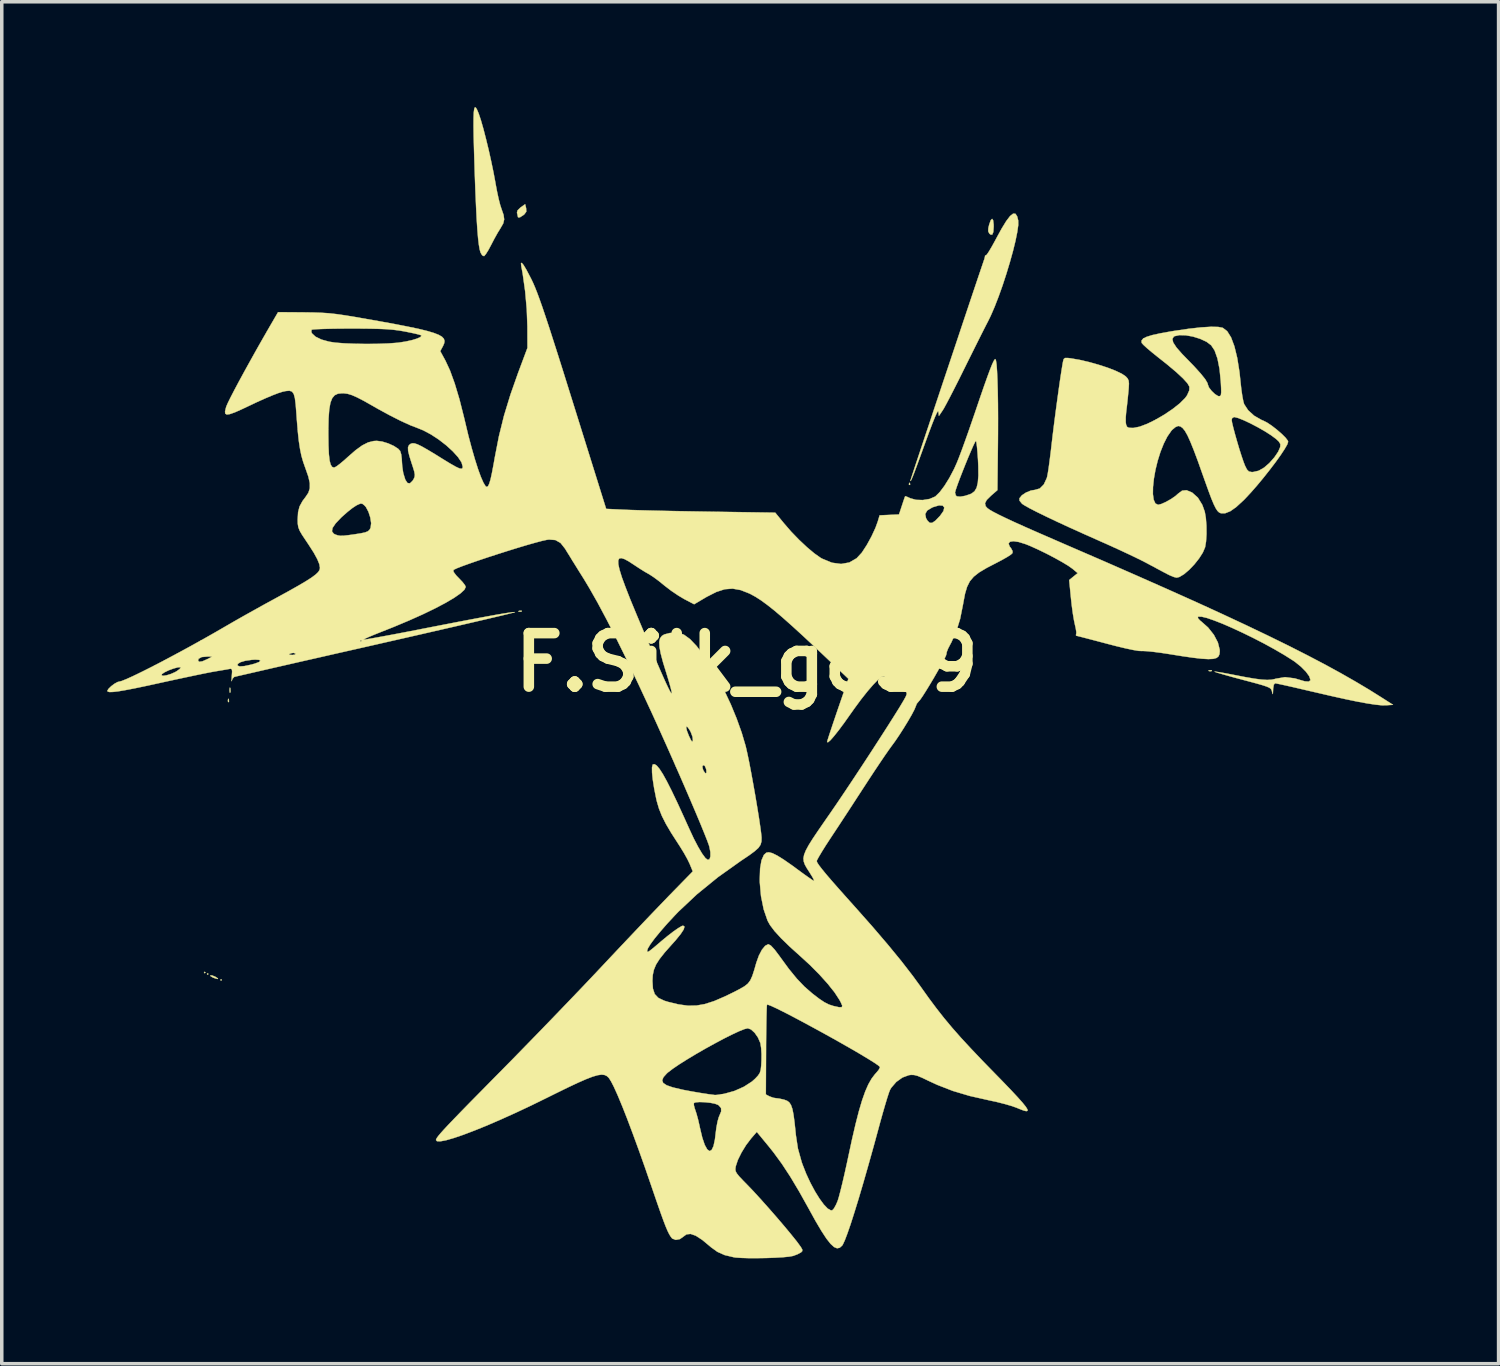
<source format=kicad_pcb>
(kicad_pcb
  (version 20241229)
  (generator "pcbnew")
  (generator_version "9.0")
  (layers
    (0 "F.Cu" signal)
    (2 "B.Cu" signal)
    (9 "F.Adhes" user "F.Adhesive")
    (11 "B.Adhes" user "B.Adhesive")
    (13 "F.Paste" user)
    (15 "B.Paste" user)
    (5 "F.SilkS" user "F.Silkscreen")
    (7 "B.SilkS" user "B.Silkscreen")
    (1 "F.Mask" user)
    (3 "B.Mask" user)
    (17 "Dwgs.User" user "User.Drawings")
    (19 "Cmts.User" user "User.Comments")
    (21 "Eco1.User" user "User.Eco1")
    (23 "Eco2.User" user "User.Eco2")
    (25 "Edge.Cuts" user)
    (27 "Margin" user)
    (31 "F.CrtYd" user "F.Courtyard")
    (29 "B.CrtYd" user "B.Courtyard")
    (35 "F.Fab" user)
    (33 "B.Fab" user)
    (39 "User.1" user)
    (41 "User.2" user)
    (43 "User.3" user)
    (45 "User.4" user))
  (footprint "F.Silk_g839"
    (layer "F.Cu")
    (at 18.208 15.806)
    (property "Reference" "F.Silk_g839" (at 0 0 0) (layer "F.SilkS") (effects (font (size 1.524 1.524) (thickness 0.3))))
    (attr through_hole)
    (fp_poly (pts (xy -15.409 8.826) (xy -15.431 8.848) (xy -15.452 8.826) (xy -15.431 8.805) (xy -15.409 8.826)) (stroke (width 0.01) (type solid)) (fill yes) (layer "F.SilkS"))
    (fp_poly (pts (xy -15.325 8.869) (xy -15.346 8.89) (xy -15.367 8.869) (xy -15.346 8.848) (xy -15.325 8.869)) (stroke (width 0.01) (type solid)) (fill yes) (layer "F.SilkS"))
    (fp_poly (pts (xy -14.944 9.038) (xy -14.965 9.059) (xy -14.986 9.038) (xy -14.965 9.017) (xy -14.944 9.038)) (stroke (width 0.01) (type solid)) (fill yes) (layer "F.SilkS"))
    (fp_poly (pts (xy -14.745 1.05) (xy -14.74 1.117) (xy -14.749 1.132) (xy -14.768 1.119) (xy -14.771 1.076) (xy -14.761 1.031) (xy -14.745 1.05)) (stroke (width 0.01) (type solid)) (fill yes) (layer "F.SilkS"))
    (fp_poly (pts (xy -6.404 -1.465) (xy -6.416 -1.446) (xy -6.459 -1.443) (xy -6.505 -1.453) (xy -6.485 -1.468) (xy -6.419 -1.473) (xy -6.404 -1.465)) (stroke (width 0.01) (type solid)) (fill yes) (layer "F.SilkS"))
    (fp_poly (pts (xy 4.643 -5.108) (xy 4.648 -5.058) (xy 4.643 -5.052) (xy 4.617 -5.058) (xy 4.614 -5.08) (xy 4.63 -5.115) (xy 4.643 -5.108)) (stroke (width 0.01) (type solid)) (fill yes) (layer "F.SilkS"))
    (fp_poly (pts (xy 13.239 0.228) (xy 13.226 0.248) (xy 13.183 0.251) (xy 13.138 0.24) (xy 13.158 0.225) (xy 13.224 0.22) (xy 13.239 0.228)) (stroke (width 0.01) (type solid)) (fill yes) (layer "F.SilkS"))
    (fp_poly (pts (xy -14.705 0.724) (xy -14.703 0.731) (xy -14.696 0.823) (xy -14.704 0.858) (xy -14.718 0.859) (xy -14.724 0.793) (xy -14.724 0.783) (xy -14.718 0.718) (xy -14.705 0.724)) (stroke (width 0.01) (type solid)) (fill yes) (layer "F.SilkS"))
    (fp_poly (pts (xy -15.222 8.909) (xy -15.134 8.945) (xy -15.127 8.948) (xy -15.055 8.995) (xy -15.057 9.011) (xy -15.124 8.996) (xy -15.193 8.971) (xy -15.26 8.934) (xy -15.271 8.907) (xy -15.222 8.909)) (stroke (width 0.01) (type solid)) (fill yes) (layer "F.SilkS"))
    (fp_poly (pts (xy 7.011 -12.586) (xy 7.026 -12.465) (xy 7.027 -12.404) (xy 7.016 -12.25) (xy 6.984 -12.176) (xy 6.932 -12.182) (xy 6.9 -12.214) (xy 6.871 -12.274) (xy 6.875 -12.362) (xy 6.9 -12.467) (xy 6.944 -12.588) (xy 6.983 -12.627) (xy 7.011 -12.586)) (stroke (width 0.01) (type solid)) (fill yes) (layer "F.SilkS"))
    (fp_poly (pts (xy -6.282 -12.929) (xy -6.277 -12.831) (xy -6.334 -12.754) (xy -6.355 -12.737) (xy -6.458 -12.67) (xy -6.511 -12.668) (xy -6.519 -12.697) (xy -6.533 -12.768) (xy -6.543 -12.798) (xy -6.527 -12.866) (xy -6.443 -12.948) (xy -6.439 -12.951) (xy -6.31 -13.043) (xy -6.282 -12.929)) (stroke (width 0.01) (type solid)) (fill yes) (layer "F.SilkS"))
    (fp_poly (pts (xy -7.714 -15.793) (xy -7.681 -15.739) (xy -7.64 -15.642) (xy -7.628 -15.611) (xy -7.568 -15.431) (xy -7.498 -15.186) (xy -7.423 -14.895) (xy -7.346 -14.578) (xy -7.274 -14.253) (xy -7.209 -13.939) (xy -7.156 -13.655) (xy -7.154 -13.64) (xy -7.112 -13.416) (xy -7.066 -13.2) (xy -7.02 -13.02) (xy -6.983 -12.908) (xy -6.924 -12.737) (xy -6.907 -12.611) (xy -6.933 -12.498) (xy -7.006 -12.37) (xy -7.015 -12.355) (xy -7.093 -12.228) (xy -7.187 -12.06) (xy -7.277 -11.887) (xy -7.28 -11.881) (xy -7.357 -11.737) (xy -7.426 -11.627) (xy -7.475 -11.569) (xy -7.482 -11.565) (xy -7.533 -11.589) (xy -7.579 -11.667) (xy -7.605 -11.758) (xy -7.628 -11.895) (xy -7.65 -12.082) (xy -7.67 -12.326) (xy -7.69 -12.631) (xy -7.708 -13.004) (xy -7.727 -13.448) (xy -7.746 -13.971) (xy -7.751 -14.143) (xy -7.765 -14.596) (xy -7.775 -14.969) (xy -7.779 -15.267) (xy -7.778 -15.494) (xy -7.772 -15.656) (xy -7.759 -15.756) (xy -7.74 -15.801) (xy -7.714 -15.793)) (stroke (width 0.01) (type solid)) (fill yes) (layer "F.SilkS"))
    (fp_poly (pts (xy 7.647 -12.771) (xy 7.695 -12.697) (xy 7.725 -12.58) (xy 7.726 -12.448) (xy 7.698 -12.25) (xy 7.647 -11.999) (xy 7.576 -11.709) (xy 7.488 -11.393) (xy 7.388 -11.062) (xy 7.28 -10.731) (xy 7.166 -10.412) (xy 7.052 -10.119) (xy 6.941 -9.863) (xy 6.875 -9.729) (xy 6.805 -9.593) (xy 6.705 -9.396) (xy 6.583 -9.153) (xy 6.446 -8.878) (xy 6.301 -8.587) (xy 6.187 -8.357) (xy 6.048 -8.076) (xy 5.915 -7.813) (xy 5.795 -7.579) (xy 5.694 -7.387) (xy 5.618 -7.247) (xy 5.576 -7.177) (xy 5.468 -7.017) (xy 5.454 -7.138) (xy 5.44 -7.151) (xy 5.407 -7.101) (xy 5.355 -6.985) (xy 5.281 -6.8) (xy 5.183 -6.541) (xy 5.063 -6.211) (xy 4.941 -5.874) (xy 4.844 -5.61) (xy 4.771 -5.413) (xy 4.718 -5.278) (xy 4.683 -5.197) (xy 4.663 -5.164) (xy 4.657 -5.173) (xy 4.657 -5.176) (xy 4.67 -5.217) (xy 4.707 -5.332) (xy 4.766 -5.512) (xy 4.845 -5.75) (xy 4.941 -6.038) (xy 5.051 -6.37) (xy 5.174 -6.737) (xy 5.305 -7.133) (xy 5.444 -7.549) (xy 5.587 -7.979) (xy 5.733 -8.414) (xy 5.878 -8.848) (xy 6.02 -9.273) (xy 6.156 -9.682) (xy 6.285 -10.067) (xy 6.403 -10.42) (xy 6.509 -10.735) (xy 6.599 -11.003) (xy 6.672 -11.218) (xy 6.724 -11.372) (xy 6.753 -11.458) (xy 6.759 -11.472) (xy 6.779 -11.548) (xy 6.779 -11.571) (xy 6.796 -11.589) (xy 6.804 -11.585) (xy 6.835 -11.613) (xy 6.895 -11.703) (xy 6.977 -11.842) (xy 7.073 -12.016) (xy 7.091 -12.051) (xy 7.252 -12.346) (xy 7.385 -12.563) (xy 7.494 -12.706) (xy 7.58 -12.774) (xy 7.647 -12.771)) (stroke (width 0.01) (type solid)) (fill yes) (layer "F.SilkS"))
    (fp_poly (pts (xy 13.417 -9.55) (xy 13.547 -9.525) (xy 13.549 -9.524) (xy 13.673 -9.429) (xy 13.784 -9.252) (xy 13.879 -8.998) (xy 13.959 -8.669) (xy 14.023 -8.269) (xy 14.053 -7.987) (xy 14.076 -7.776) (xy 14.104 -7.583) (xy 14.133 -7.432) (xy 14.156 -7.352) (xy 14.27 -7.178) (xy 14.443 -7.021) (xy 14.654 -6.901) (xy 14.701 -6.882) (xy 14.811 -6.826) (xy 14.945 -6.736) (xy 15.089 -6.624) (xy 15.224 -6.507) (xy 15.333 -6.399) (xy 15.398 -6.314) (xy 15.409 -6.281) (xy 15.383 -6.203) (xy 15.308 -6.073) (xy 15.195 -5.902) (xy 15.052 -5.702) (xy 14.886 -5.484) (xy 14.708 -5.259) (xy 14.525 -5.038) (xy 14.346 -4.834) (xy 14.18 -4.656) (xy 14.135 -4.611) (xy 13.931 -4.424) (xy 13.763 -4.305) (xy 13.62 -4.248) (xy 13.495 -4.248) (xy 13.489 -4.249) (xy 13.443 -4.27) (xy 13.397 -4.314) (xy 13.348 -4.389) (xy 13.29 -4.506) (xy 13.221 -4.672) (xy 13.137 -4.897) (xy 13.032 -5.189) (xy 12.973 -5.355) (xy 12.838 -5.736) (xy 12.723 -6.042) (xy 12.626 -6.282) (xy 12.544 -6.463) (xy 12.471 -6.591) (xy 12.405 -6.673) (xy 12.342 -6.718) (xy 12.279 -6.731) (xy 12.278 -6.731) (xy 12.203 -6.7) (xy 12.111 -6.624) (xy 12.083 -6.593) (xy 11.97 -6.43) (xy 11.866 -6.224) (xy 11.773 -5.99) (xy 11.694 -5.737) (xy 11.631 -5.479) (xy 11.587 -5.228) (xy 11.562 -4.994) (xy 11.559 -4.792) (xy 11.581 -4.632) (xy 11.629 -4.526) (xy 11.706 -4.487) (xy 11.708 -4.487) (xy 11.802 -4.511) (xy 11.935 -4.571) (xy 12.08 -4.653) (xy 12.207 -4.742) (xy 12.273 -4.801) (xy 12.39 -4.889) (xy 12.516 -4.902) (xy 12.666 -4.84) (xy 12.683 -4.83) (xy 12.84 -4.689) (xy 12.966 -4.484) (xy 13.036 -4.288) (xy 13.066 -4.114) (xy 13.083 -3.893) (xy 13.085 -3.659) (xy 13.072 -3.443) (xy 13.045 -3.28) (xy 12.981 -3.129) (xy 12.874 -2.961) (xy 12.74 -2.792) (xy 12.592 -2.637) (xy 12.445 -2.512) (xy 12.314 -2.433) (xy 12.235 -2.413) (xy 12.157 -2.432) (xy 12.04 -2.48) (xy 11.977 -2.511) (xy 11.859 -2.573) (xy 11.692 -2.662) (xy 11.504 -2.763) (xy 11.388 -2.825) (xy 11.229 -2.907) (xy 11.01 -3.014) (xy 10.749 -3.137) (xy 10.463 -3.269) (xy 10.171 -3.401) (xy 10.059 -3.45) (xy 9.619 -3.646) (xy 9.211 -3.83) (xy 8.843 -4) (xy 8.521 -4.153) (xy 8.251 -4.285) (xy 8.041 -4.393) (xy 7.897 -4.475) (xy 7.835 -4.516) (xy 7.762 -4.606) (xy 7.76 -4.671) (xy 7.828 -4.756) (xy 7.948 -4.836) (xy 8.088 -4.893) (xy 8.199 -4.911) (xy 8.339 -4.951) (xy 8.454 -5.066) (xy 8.539 -5.249) (xy 8.549 -5.287) (xy 8.567 -5.378) (xy 8.592 -5.536) (xy 8.62 -5.745) (xy 8.651 -5.988) (xy 8.678 -6.223) (xy 8.71 -6.494) (xy 8.748 -6.799) (xy 8.79 -7.122) (xy 8.834 -7.448) (xy 8.877 -7.761) (xy 8.918 -8.048) (xy 8.955 -8.291) (xy 8.985 -8.477) (xy 9.001 -8.564) (xy 9.02 -8.635) (xy 9.058 -8.666) (xy 9.139 -8.666) (xy 9.222 -8.656) (xy 9.475 -8.612) (xy 9.746 -8.549) (xy 10.018 -8.472) (xy 10.276 -8.388) (xy 10.501 -8.3) (xy 10.676 -8.216) (xy 10.786 -8.141) (xy 10.788 -8.139) (xy 10.84 -8.081) (xy 10.868 -8.021) (xy 10.877 -7.937) (xy 10.87 -7.804) (xy 10.862 -7.711) (xy 10.842 -7.508) (xy 10.819 -7.296) (xy 10.799 -7.133) (xy 10.786 -6.977) (xy 10.786 -6.84) (xy 10.795 -6.773) (xy 10.823 -6.707) (xy 10.876 -6.679) (xy 10.981 -6.675) (xy 11.011 -6.676) (xy 11.184 -6.711) (xy 11.4 -6.793) (xy 11.625 -6.904) (xy 13.801 -6.904) (xy 13.813 -6.824) (xy 13.847 -6.682) (xy 13.896 -6.498) (xy 13.955 -6.29) (xy 14.018 -6.077) (xy 14.081 -5.879) (xy 14.137 -5.714) (xy 14.18 -5.603) (xy 14.237 -5.49) (xy 14.292 -5.435) (xy 14.372 -5.419) (xy 14.406 -5.419) (xy 14.569 -5.456) (xy 14.725 -5.546) (xy 14.876 -5.677) (xy 15.017 -5.837) (xy 15.127 -6) (xy 15.184 -6.133) (xy 15.188 -6.214) (xy 15.143 -6.289) (xy 15.067 -6.36) (xy 14.926 -6.465) (xy 14.746 -6.58) (xy 14.543 -6.696) (xy 14.337 -6.804) (xy 14.145 -6.894) (xy 13.985 -6.958) (xy 13.876 -6.985) (xy 13.867 -6.985) (xy 13.812 -6.95) (xy 13.801 -6.904) (xy 11.625 -6.904) (xy 11.64 -6.911) (xy 11.886 -7.055) (xy 12.119 -7.212) (xy 12.322 -7.372) (xy 12.475 -7.524) (xy 12.532 -7.602) (xy 12.595 -7.744) (xy 12.599 -7.847) (xy 12.544 -7.944) (xy 12.418 -8.084) (xy 12.221 -8.267) (xy 11.954 -8.491) (xy 11.695 -8.696) (xy 11.531 -8.828) (xy 11.391 -8.946) (xy 11.29 -9.039) (xy 11.241 -9.094) (xy 11.239 -9.098) (xy 11.235 -9.16) (xy 11.275 -9.209) (xy 12.113 -9.209) (xy 12.137 -9.106) (xy 12.23 -8.964) (xy 12.393 -8.778) (xy 12.479 -8.69) (xy 12.728 -8.434) (xy 12.918 -8.224) (xy 13.048 -8.062) (xy 13.114 -7.949) (xy 13.123 -7.911) (xy 13.154 -7.828) (xy 13.23 -7.729) (xy 13.325 -7.638) (xy 13.414 -7.583) (xy 13.443 -7.578) (xy 13.476 -7.585) (xy 13.496 -7.618) (xy 13.504 -7.691) (xy 13.501 -7.819) (xy 13.492 -7.99) (xy 13.456 -8.353) (xy 13.397 -8.651) (xy 13.316 -8.88) (xy 13.219 -9.027) (xy 13.087 -9.127) (xy 12.906 -9.211) (xy 12.702 -9.275) (xy 12.496 -9.312) (xy 12.313 -9.317) (xy 12.174 -9.286) (xy 12.155 -9.275) (xy 12.113 -9.209) (xy 11.275 -9.209) (xy 11.28 -9.216) (xy 11.381 -9.268) (xy 11.543 -9.318) (xy 11.775 -9.369) (xy 12.083 -9.424) (xy 12.171 -9.438) (xy 12.582 -9.498) (xy 12.93 -9.537) (xy 13.21 -9.554) (xy 13.417 -9.55)) (stroke (width 0.01) (type solid)) (fill yes) (layer "F.SilkS"))
    (fp_poly (pts (xy -6.353 -11.309) (xy -6.271 -11.171) (xy -6.161 -10.962) (xy -6.123 -10.887) (xy -6.075 -10.784) (xy -6.023 -10.662) (xy -5.965 -10.515) (xy -5.899 -10.336) (xy -5.823 -10.121) (xy -5.736 -9.864) (xy -5.634 -9.557) (xy -5.518 -9.196) (xy -5.383 -8.775) (xy -5.229 -8.288) (xy -5.054 -7.728) (xy -4.952 -7.403) (xy -4.004 -4.371) (xy -3.452 -4.345) (xy -3.289 -4.339) (xy -3.054 -4.332) (xy -2.759 -4.324) (xy -2.416 -4.316) (xy -2.037 -4.308) (xy -1.636 -4.301) (xy -1.224 -4.294) (xy -1.045 -4.291) (xy 0.809 -4.263) (xy 1.055 -3.963) (xy 1.262 -3.724) (xy 1.487 -3.491) (xy 1.712 -3.28) (xy 1.923 -3.103) (xy 2.103 -2.976) (xy 2.145 -2.953) (xy 2.424 -2.838) (xy 2.683 -2.803) (xy 2.919 -2.845) (xy 3.126 -2.965) (xy 3.274 -3.125) (xy 3.414 -3.34) (xy 3.55 -3.588) (xy 3.663 -3.833) (xy 3.727 -4.009) (xy 3.78 -4.187) (xy 4.332 -4.212) (xy 4.337 -4.225) (xy 5.078 -4.225) (xy 5.101 -4.106) (xy 5.146 -4.031) (xy 5.207 -3.973) (xy 5.277 -3.973) (xy 5.369 -4.036) (xy 5.493 -4.165) (xy 5.5 -4.172) (xy 5.597 -4.309) (xy 5.621 -4.408) (xy 5.577 -4.464) (xy 5.471 -4.471) (xy 5.308 -4.423) (xy 5.272 -4.408) (xy 5.134 -4.324) (xy 5.078 -4.225) (xy 4.337 -4.225) (xy 4.416 -4.466) (xy 4.46 -4.599) (xy 4.493 -4.695) (xy 4.507 -4.731) (xy 4.547 -4.721) (xy 4.632 -4.683) (xy 4.653 -4.673) (xy 4.815 -4.628) (xy 5.011 -4.622) (xy 5.204 -4.654) (xy 5.358 -4.72) (xy 5.368 -4.726) (xy 5.476 -4.832) (xy 5.927 -4.832) (xy 5.95 -4.753) (xy 5.98 -4.727) (xy 6.076 -4.718) (xy 6.214 -4.742) (xy 6.359 -4.79) (xy 6.401 -4.81) (xy 6.483 -4.873) (xy 6.541 -4.972) (xy 6.576 -5.118) (xy 6.592 -5.32) (xy 6.589 -5.59) (xy 6.581 -5.764) (xy 6.567 -5.967) (xy 6.552 -6.136) (xy 6.537 -6.254) (xy 6.524 -6.307) (xy 6.522 -6.308) (xy 6.496 -6.271) (xy 6.446 -6.169) (xy 6.38 -6.018) (xy 6.301 -5.833) (xy 6.217 -5.628) (xy 6.134 -5.419) (xy 6.057 -5.221) (xy 5.993 -5.048) (xy 5.948 -4.916) (xy 5.927 -4.839) (xy 5.927 -4.832) (xy 5.476 -4.832) (xy 5.489 -4.844) (xy 5.625 -5.025) (xy 5.766 -5.252) (xy 5.901 -5.509) (xy 5.985 -5.697) (xy 6.043 -5.843) (xy 6.122 -6.053) (xy 6.216 -6.312) (xy 6.319 -6.602) (xy 6.425 -6.909) (xy 6.502 -7.132) (xy 6.641 -7.542) (xy 6.757 -7.877) (xy 6.852 -8.143) (xy 6.927 -8.345) (xy 6.985 -8.489) (xy 7.029 -8.582) (xy 7.059 -8.628) (xy 7.073 -8.636) (xy 7.092 -8.595) (xy 7.109 -8.476) (xy 7.123 -8.286) (xy 7.134 -8.032) (xy 7.143 -7.721) (xy 7.149 -7.359) (xy 7.151 -6.954) (xy 7.15 -6.512) (xy 7.148 -6.251) (xy 7.133 -4.904) (xy 6.953 -4.748) (xy 6.83 -4.627) (xy 6.78 -4.531) (xy 6.799 -4.447) (xy 6.847 -4.393) (xy 6.91 -4.347) (xy 7.013 -4.287) (xy 7.162 -4.21) (xy 7.36 -4.114) (xy 7.613 -3.996) (xy 7.926 -3.855) (xy 8.303 -3.689) (xy 8.751 -3.494) (xy 9.144 -3.323) (xy 10.163 -2.882) (xy 11.107 -2.468) (xy 11.981 -2.081) (xy 12.788 -1.719) (xy 13.532 -1.378) (xy 14.217 -1.058) (xy 14.848 -0.756) (xy 15.429 -0.471) (xy 15.964 -0.199) (xy 16.456 0.059) (xy 16.911 0.308) (xy 17.331 0.548) (xy 17.722 0.781) (xy 18.055 0.99) (xy 18.394 1.206) (xy 18.189 1.22) (xy 18.062 1.219) (xy 17.889 1.201) (xy 17.663 1.167) (xy 17.38 1.115) (xy 17.032 1.043) (xy 16.615 0.95) (xy 16.123 0.836) (xy 16.066 0.823) (xy 15.788 0.758) (xy 15.538 0.7) (xy 15.325 0.652) (xy 15.163 0.617) (xy 15.064 0.597) (xy 15.039 0.593) (xy 15.001 0.632) (xy 14.982 0.744) (xy 14.981 0.773) (xy 14.976 0.876) (xy 14.969 0.901) (xy 14.954 0.853) (xy 14.949 0.829) (xy 14.938 0.787) (xy 14.916 0.752) (xy 14.874 0.72) (xy 14.799 0.687) (xy 14.682 0.648) (xy 14.511 0.599) (xy 14.276 0.536) (xy 14.11 0.492) (xy 13.863 0.426) (xy 13.648 0.366) (xy 13.477 0.317) (xy 13.361 0.282) (xy 13.313 0.264) (xy 13.313 0.262) (xy 13.357 0.265) (xy 13.469 0.281) (xy 13.632 0.31) (xy 13.83 0.348) (xy 13.871 0.356) (xy 14.198 0.419) (xy 14.455 0.463) (xy 14.655 0.489) (xy 14.81 0.498) (xy 14.932 0.492) (xy 15.033 0.471) (xy 15.054 0.464) (xy 15.319 0.419) (xy 15.598 0.454) (xy 15.704 0.486) (xy 15.883 0.538) (xy 15.997 0.545) (xy 16.043 0.507) (xy 16.044 0.497) (xy 16.01 0.394) (xy 15.916 0.264) (xy 15.776 0.122) (xy 15.605 -0.016) (xy 15.548 -0.055) (xy 15.298 -0.213) (xy 15.02 -0.375) (xy 14.723 -0.538) (xy 14.417 -0.696) (xy 14.112 -0.845) (xy 13.819 -0.981) (xy 13.546 -1.1) (xy 13.303 -1.195) (xy 13.101 -1.265) (xy 12.948 -1.302) (xy 12.856 -1.304) (xy 12.839 -1.295) (xy 12.847 -1.251) (xy 12.91 -1.185) (xy 12.931 -1.17) (xy 13.131 -0.993) (xy 13.294 -0.787) (xy 13.408 -0.57) (xy 13.46 -0.364) (xy 13.462 -0.32) (xy 13.454 -0.236) (xy 13.426 -0.172) (xy 13.369 -0.127) (xy 13.276 -0.102) (xy 13.138 -0.095) (xy 12.948 -0.106) (xy 12.698 -0.135) (xy 12.38 -0.181) (xy 12.023 -0.238) (xy 11.787 -0.274) (xy 11.571 -0.302) (xy 11.394 -0.32) (xy 11.274 -0.326) (xy 11.239 -0.325) (xy 11.152 -0.329) (xy 10.993 -0.356) (xy 10.772 -0.403) (xy 10.499 -0.469) (xy 10.253 -0.533) (xy 9.996 -0.601) (xy 9.767 -0.661) (xy 9.58 -0.71) (xy 9.446 -0.744) (xy 9.378 -0.761) (xy 9.372 -0.762) (xy 9.369 -0.789) (xy 9.376 -0.803) (xy 9.38 -0.864) (xy 9.362 -0.976) (xy 9.341 -1.067) (xy 9.313 -1.2) (xy 9.281 -1.39) (xy 9.251 -1.612) (xy 9.228 -1.818) (xy 9.176 -2.345) (xy 9.297 -2.444) (xy 9.419 -2.542) (xy 9.271 -2.666) (xy 9.153 -2.75) (xy 8.976 -2.857) (xy 8.76 -2.977) (xy 8.523 -3.101) (xy 8.286 -3.216) (xy 8.067 -3.315) (xy 7.935 -3.368) (xy 7.739 -3.429) (xy 7.588 -3.451) (xy 7.49 -3.435) (xy 7.451 -3.385) (xy 7.481 -3.302) (xy 7.519 -3.254) (xy 7.564 -3.171) (xy 7.563 -3.114) (xy 7.518 -3.071) (xy 7.411 -3.001) (xy 7.261 -2.916) (xy 7.103 -2.833) (xy 6.825 -2.689) (xy 6.614 -2.563) (xy 6.459 -2.441) (xy 6.347 -2.308) (xy 6.269 -2.151) (xy 6.211 -1.955) (xy 6.164 -1.707) (xy 6.157 -1.666) (xy 6.072 -1.24) (xy 5.961 -0.879) (xy 5.82 -0.567) (xy 5.793 -0.518) (xy 5.728 -0.392) (xy 5.689 -0.291) (xy 5.683 -0.245) (xy 5.668 -0.193) (xy 5.616 -0.085) (xy 5.535 0.066) (xy 5.435 0.246) (xy 5.324 0.439) (xy 5.209 0.632) (xy 5.1 0.81) (xy 5.005 0.959) (xy 4.932 1.064) (xy 4.891 1.111) (xy 4.839 1.173) (xy 4.809 1.248) (xy 4.771 1.341) (xy 4.695 1.486) (xy 4.591 1.666) (xy 4.47 1.864) (xy 4.342 2.064) (xy 4.218 2.247) (xy 4.121 2.379) (xy 4.046 2.483) (xy 3.933 2.645) (xy 3.793 2.852) (xy 3.633 3.091) (xy 3.464 3.348) (xy 3.35 3.523) (xy 3.162 3.812) (xy 2.964 4.117) (xy 2.767 4.418) (xy 2.585 4.696) (xy 2.43 4.93) (xy 2.378 5.009) (xy 2.248 5.208) (xy 2.137 5.386) (xy 2.052 5.529) (xy 2.001 5.623) (xy 1.99 5.654) (xy 2.005 5.698) (xy 2.054 5.773) (xy 2.141 5.886) (xy 2.268 6.041) (xy 2.441 6.242) (xy 2.663 6.494) (xy 2.937 6.801) (xy 3.06 6.938) (xy 3.567 7.51) (xy 4.012 8.03) (xy 4.399 8.502) (xy 4.729 8.929) (xy 4.944 9.224) (xy 5.177 9.551) (xy 5.398 9.847) (xy 5.616 10.125) (xy 5.844 10.398) (xy 6.093 10.681) (xy 6.374 10.985) (xy 6.697 11.325) (xy 6.95 11.585) (xy 7.258 11.9) (xy 7.508 12.16) (xy 7.703 12.369) (xy 7.846 12.529) (xy 7.94 12.646) (xy 7.988 12.723) (xy 7.991 12.764) (xy 7.953 12.773) (xy 7.877 12.754) (xy 7.765 12.711) (xy 7.7 12.684) (xy 7.556 12.631) (xy 7.355 12.572) (xy 7.123 12.513) (xy 6.887 12.462) (xy 6.884 12.461) (xy 6.343 12.339) (xy 5.863 12.196) (xy 5.421 12.024) (xy 5.176 11.911) (xy 4.991 11.822) (xy 4.86 11.768) (xy 4.761 11.743) (xy 4.675 11.74) (xy 4.612 11.748) (xy 4.43 11.815) (xy 4.254 11.941) (xy 4.112 12.106) (xy 4.077 12.165) (xy 4.046 12.244) (xy 3.998 12.391) (xy 3.938 12.59) (xy 3.869 12.828) (xy 3.796 13.089) (xy 3.782 13.142) (xy 3.619 13.741) (xy 3.464 14.295) (xy 3.319 14.802) (xy 3.185 15.256) (xy 3.063 15.652) (xy 2.956 15.987) (xy 2.863 16.255) (xy 2.788 16.452) (xy 2.731 16.574) (xy 2.713 16.6) (xy 2.644 16.661) (xy 2.569 16.676) (xy 2.483 16.64) (xy 2.383 16.548) (xy 2.264 16.397) (xy 2.123 16.181) (xy 1.955 15.897) (xy 1.758 15.54) (xy 1.756 15.536) (xy 1.485 15.051) (xy 1.235 14.633) (xy 0.996 14.269) (xy 0.76 13.946) (xy 0.618 13.768) (xy 0.284 13.363) (xy 0.122 13.55) (xy -0.022 13.74) (xy -0.152 13.952) (xy -0.255 14.161) (xy -0.314 14.339) (xy -0.317 14.354) (xy -0.326 14.422) (xy -0.319 14.48) (xy -0.286 14.544) (xy -0.218 14.629) (xy -0.106 14.748) (xy 0.007 14.863) (xy 0.18 15.043) (xy 0.386 15.268) (xy 0.611 15.52) (xy 0.841 15.783) (xy 1.06 16.039) (xy 1.255 16.274) (xy 1.412 16.469) (xy 1.453 16.523) (xy 1.539 16.642) (xy 1.579 16.713) (xy 1.578 16.757) (xy 1.544 16.792) (xy 1.54 16.794) (xy 1.448 16.844) (xy 1.325 16.891) (xy 1.314 16.894) (xy 1.203 16.914) (xy 1.027 16.931) (xy 0.804 16.944) (xy 0.555 16.953) (xy 0.298 16.957) (xy 0.054 16.957) (xy -0.159 16.95) (xy -0.322 16.939) (xy -0.371 16.931) (xy -0.631 16.869) (xy -0.838 16.777) (xy -1.023 16.643) (xy -1.043 16.625) (xy -1.268 16.438) (xy -1.451 16.319) (xy -1.599 16.267) (xy -1.716 16.279) (xy -1.795 16.336) (xy -1.904 16.414) (xy -2.022 16.437) (xy -2.12 16.4) (xy -2.132 16.388) (xy -2.172 16.336) (xy -2.212 16.269) (xy -2.257 16.178) (xy -2.31 16.053) (xy -2.374 15.886) (xy -2.453 15.668) (xy -2.55 15.391) (xy -2.669 15.044) (xy -2.712 14.918) (xy -2.9 14.373) (xy -3.08 13.866) (xy -3.25 13.402) (xy -3.407 12.985) (xy -3.55 12.622) (xy -3.562 12.594) (xy -1.509 12.594) (xy -1.484 12.693) (xy -1.471 12.73) (xy -1.432 12.848) (xy -1.386 13.017) (xy -1.343 13.206) (xy -1.334 13.25) (xy -1.267 13.53) (xy -1.198 13.733) (xy -1.128 13.86) (xy -1.062 13.909) (xy -1.001 13.878) (xy -0.948 13.768) (xy -0.907 13.576) (xy -0.89 13.431) (xy -0.866 13.243) (xy -0.834 13.072) (xy -0.799 12.947) (xy -0.787 12.919) (xy -0.73 12.781) (xy -0.733 12.685) (xy -0.798 12.609) (xy -0.822 12.593) (xy -0.909 12.56) (xy -1.043 12.534) (xy -1.197 12.518) (xy -1.344 12.513) (xy -1.457 12.522) (xy -1.505 12.54) (xy -1.509 12.594) (xy -3.562 12.594) (xy -3.677 12.318) (xy -3.785 12.079) (xy -3.872 11.91) (xy -3.882 11.895) (xy -2.409 11.895) (xy -2.381 11.97) (xy -2.282 12.036) (xy -2.11 12.096) (xy -1.858 12.156) (xy -1.797 12.169) (xy -1.562 12.213) (xy -1.311 12.256) (xy -1.077 12.292) (xy -0.905 12.314) (xy -0.839 12.309) (xy -0.761 12.298) (xy 0.542 12.298) (xy 0.641 12.35) (xy 0.751 12.391) (xy 0.826 12.403) (xy 0.923 12.415) (xy 1.049 12.443) (xy 1.064 12.447) (xy 1.145 12.477) (xy 1.208 12.523) (xy 1.257 12.597) (xy 1.297 12.71) (xy 1.329 12.872) (xy 1.359 13.096) (xy 1.39 13.39) (xy 1.395 13.446) (xy 1.455 13.84) (xy 1.562 14.223) (xy 1.584 14.286) (xy 1.69 14.556) (xy 1.811 14.816) (xy 1.94 15.056) (xy 2.069 15.264) (xy 2.192 15.431) (xy 2.302 15.546) (xy 2.392 15.597) (xy 2.43 15.596) (xy 2.479 15.545) (xy 2.538 15.439) (xy 2.585 15.331) (xy 2.619 15.221) (xy 2.666 15.043) (xy 2.723 14.812) (xy 2.785 14.545) (xy 2.849 14.255) (xy 2.883 14.097) (xy 2.994 13.58) (xy 3.096 13.141) (xy 3.191 12.771) (xy 3.282 12.463) (xy 3.371 12.212) (xy 3.46 12.009) (xy 3.552 11.848) (xy 3.648 11.721) (xy 3.678 11.689) (xy 3.753 11.599) (xy 3.789 11.53) (xy 3.787 11.512) (xy 3.735 11.466) (xy 3.62 11.388) (xy 3.451 11.282) (xy 3.237 11.153) (xy 2.988 11.008) (xy 2.713 10.851) (xy 2.422 10.687) (xy 2.122 10.521) (xy 1.825 10.359) (xy 1.539 10.205) (xy 1.273 10.064) (xy 1.037 9.943) (xy 0.84 9.845) (xy 0.691 9.776) (xy 0.599 9.742) (xy 0.575 9.74) (xy 0.569 9.786) (xy 0.564 9.907) (xy 0.559 10.09) (xy 0.555 10.327) (xy 0.551 10.606) (xy 0.548 10.916) (xy 0.548 11.03) (xy 0.542 12.298) (xy -0.761 12.298) (xy -0.722 12.292) (xy -0.636 12.277) (xy -0.353 12.198) (xy -0.083 12.078) (xy 0.145 11.931) (xy 0.238 11.848) (xy 0.319 11.761) (xy 0.369 11.686) (xy 0.396 11.599) (xy 0.41 11.472) (xy 0.417 11.337) (xy 0.419 11.151) (xy 0.408 10.975) (xy 0.388 10.845) (xy 0.385 10.833) (xy 0.317 10.676) (xy 0.223 10.541) (xy 0.119 10.447) (xy 0.028 10.414) (xy -0.065 10.436) (xy -0.217 10.496) (xy -0.416 10.589) (xy -0.65 10.706) (xy -0.907 10.843) (xy -1.174 10.99) (xy -1.44 11.143) (xy -1.691 11.294) (xy -1.917 11.436) (xy -2.104 11.563) (xy -2.241 11.667) (xy -2.275 11.697) (xy -2.373 11.806) (xy -2.409 11.895) (xy -3.882 11.895) (xy -3.931 11.822) (xy -3.986 11.772) (xy -4.052 11.742) (xy -4.136 11.733) (xy -4.247 11.749) (xy -4.391 11.791) (xy -4.575 11.862) (xy -4.808 11.964) (xy -5.097 12.1) (xy -5.448 12.272) (xy -5.684 12.389) (xy -6.139 12.612) (xy -6.579 12.819) (xy -6.998 13.008) (xy -7.388 13.177) (xy -7.746 13.322) (xy -8.064 13.443) (xy -8.336 13.536) (xy -8.557 13.6) (xy -8.719 13.631) (xy -8.818 13.628) (xy -8.848 13.595) (xy -8.841 13.569) (xy -8.819 13.53) (xy -8.777 13.473) (xy -8.711 13.395) (xy -8.617 13.29) (xy -8.49 13.154) (xy -8.326 12.983) (xy -8.121 12.771) (xy -7.871 12.515) (xy -7.571 12.211) (xy -7.218 11.852) (xy -7.051 11.683) (xy -6.689 11.316) (xy -6.3 10.917) (xy -5.895 10.501) (xy -5.488 10.08) (xy -5.093 9.669) (xy -4.721 9.281) (xy -4.387 8.929) (xy -4.17 8.699) (xy -3.872 8.382) (xy -3.564 8.055) (xy -3.257 7.731) (xy -2.962 7.42) (xy -2.69 7.135) (xy -2.451 6.886) (xy -2.257 6.685) (xy -2.22 6.646) (xy -1.538 5.948) (xy -1.627 5.732) (xy -1.691 5.6) (xy -1.787 5.427) (xy -1.9 5.243) (xy -1.953 5.161) (xy -2.151 4.854) (xy -2.303 4.596) (xy -2.417 4.37) (xy -2.501 4.159) (xy -2.563 3.947) (xy -2.581 3.868) (xy -2.637 3.587) (xy -2.676 3.339) (xy -2.697 3.136) (xy -2.699 2.99) (xy -2.68 2.911) (xy -2.673 2.903) (xy -2.623 2.898) (xy -2.562 2.939) (xy -2.485 3.031) (xy -2.39 3.178) (xy -2.276 3.384) (xy -2.14 3.653) (xy -1.979 3.989) (xy -1.792 4.397) (xy -1.647 4.718) (xy -1.512 5.009) (xy -1.385 5.252) (xy -1.273 5.441) (xy -1.18 5.567) (xy -1.113 5.62) (xy -1.061 5.603) (xy -1.036 5.522) (xy -1.037 5.396) (xy -1.067 5.243) (xy -1.081 5.198) (xy -1.128 5.069) (xy -1.206 4.872) (xy -1.31 4.617) (xy -1.437 4.314) (xy -1.583 3.971) (xy -1.743 3.599) (xy -1.913 3.207) (xy -2.026 2.952) (xy -1.267 2.952) (xy -1.252 3.036) (xy -1.224 3.097) (xy -1.177 3.157) (xy -1.15 3.144) (xy -1.152 3.065) (xy -1.16 3.029) (xy -1.194 2.949) (xy -1.228 2.921) (xy -1.267 2.952) (xy -2.026 2.952) (xy -2.09 2.805) (xy -2.269 2.401) (xy -2.446 2.007) (xy -2.512 1.859) (xy -1.725 1.859) (xy -1.703 1.951) (xy -1.65 2.088) (xy -1.645 2.099) (xy -1.59 2.212) (xy -1.558 2.255) (xy -1.539 2.235) (xy -1.535 2.212) (xy -1.545 2.119) (xy -1.59 1.995) (xy -1.616 1.942) (xy -1.68 1.846) (xy -1.716 1.821) (xy -1.725 1.859) (xy -2.512 1.859) (xy -2.616 1.63) (xy -2.713 1.418) (xy -3.073 0.644) (xy -3.406 -0.054) (xy -3.712 -0.676) (xy -3.993 -1.226) (xy -4.25 -1.707) (xy -4.484 -2.119) (xy -4.642 -2.382) (xy -4.784 -2.608) (xy -4.918 -2.824) (xy -4.966 -2.901) (xy -3.661 -2.901) (xy -3.658 -2.795) (xy -3.623 -2.637) (xy -3.556 -2.421) (xy -3.454 -2.144) (xy -3.32 -1.801) (xy -3.15 -1.39) (xy -2.977 -0.978) (xy -2.785 -0.525) (xy -2.623 -0.146) (xy -2.489 0.165) (xy -2.38 0.413) (xy -2.294 0.603) (xy -2.229 0.739) (xy -2.183 0.828) (xy -2.153 0.873) (xy -2.136 0.88) (xy -2.14 0.834) (xy -2.167 0.723) (xy -2.211 0.563) (xy -2.27 0.369) (xy -2.284 0.322) (xy -2.383 0.002) (xy -2.45 -0.25) (xy -2.486 -0.442) (xy -2.493 -0.583) (xy -2.47 -0.684) (xy -2.418 -0.754) (xy -2.349 -0.797) (xy -2.185 -0.839) (xy -1.996 -0.841) (xy -1.826 -0.804) (xy -1.786 -0.787) (xy -1.618 -0.665) (xy -1.433 -0.471) (xy -1.237 -0.217) (xy -1.035 0.087) (xy -0.834 0.431) (xy -0.639 0.804) (xy -0.455 1.196) (xy -0.29 1.597) (xy -0.147 1.996) (xy -0.033 2.382) (xy -0.024 2.42) (xy 0.017 2.601) (xy 0.068 2.847) (xy 0.124 3.141) (xy 0.183 3.465) (xy 0.242 3.799) (xy 0.297 4.126) (xy 0.346 4.429) (xy 0.384 4.688) (xy 0.404 4.836) (xy 0.419 4.981) (xy 0.417 5.094) (xy 0.391 5.189) (xy 0.331 5.277) (xy 0.227 5.371) (xy 0.072 5.486) (xy -0.145 5.632) (xy -0.166 5.646) (xy -0.821 6.112) (xy -1.419 6.599) (xy -1.947 7.095) (xy -2.04 7.192) (xy -2.265 7.434) (xy -2.461 7.659) (xy -2.624 7.857) (xy -2.745 8.021) (xy -2.817 8.142) (xy -2.836 8.201) (xy -2.834 8.231) (xy -2.818 8.24) (xy -2.78 8.22) (xy -2.709 8.166) (xy -2.593 8.07) (xy -2.434 7.934) (xy -2.256 7.787) (xy -2.09 7.659) (xy -1.95 7.562) (xy -1.851 7.504) (xy -1.814 7.493) (xy -1.774 7.52) (xy -1.797 7.6) (xy -1.882 7.73) (xy -2.027 7.909) (xy -2.138 8.032) (xy -2.339 8.259) (xy -2.485 8.444) (xy -2.585 8.602) (xy -2.646 8.75) (xy -2.678 8.901) (xy -2.687 9.067) (xy -2.673 9.285) (xy -2.621 9.441) (xy -2.518 9.549) (xy -2.35 9.629) (xy -2.239 9.663) (xy -1.945 9.734) (xy -1.685 9.77) (xy -1.441 9.768) (xy -1.196 9.725) (xy -0.93 9.64) (xy -0.625 9.508) (xy -0.402 9.4) (xy -0.209 9.301) (xy -0.07 9.221) (xy 0.029 9.143) (xy 0.1 9.049) (xy 0.157 8.923) (xy 0.214 8.747) (xy 0.271 8.546) (xy 0.344 8.344) (xy 0.43 8.179) (xy 0.522 8.067) (xy 0.608 8.022) (xy 0.614 8.022) (xy 0.685 8.06) (xy 0.792 8.175) (xy 0.936 8.366) (xy 0.951 8.388) (xy 1.198 8.726) (xy 1.424 9.002) (xy 1.642 9.23) (xy 1.865 9.424) (xy 1.874 9.431) (xy 2.062 9.575) (xy 2.209 9.673) (xy 2.335 9.737) (xy 2.458 9.777) (xy 2.477 9.782) (xy 2.626 9.815) (xy 2.703 9.814) (xy 2.717 9.772) (xy 2.676 9.677) (xy 2.638 9.606) (xy 2.5 9.394) (xy 2.304 9.148) (xy 2.064 8.881) (xy 1.791 8.607) (xy 1.538 8.375) (xy 1.225 8.093) (xy 0.978 7.853) (xy 0.792 7.65) (xy 0.662 7.478) (xy 0.591 7.351) (xy 0.48 7.028) (xy 0.404 6.653) (xy 0.369 6.255) (xy 0.368 6.181) (xy 0.378 5.867) (xy 0.418 5.634) (xy 0.486 5.479) (xy 0.555 5.416) (xy 0.625 5.404) (xy 0.726 5.429) (xy 0.865 5.498) (xy 1.049 5.612) (xy 1.285 5.776) (xy 1.46 5.905) (xy 1.624 6.025) (xy 1.764 6.124) (xy 1.865 6.193) (xy 1.913 6.221) (xy 1.915 6.221) (xy 1.909 6.19) (xy 1.865 6.105) (xy 1.791 5.985) (xy 1.777 5.962) (xy 1.706 5.852) (xy 1.653 5.757) (xy 1.621 5.668) (xy 1.612 5.577) (xy 1.631 5.474) (xy 1.68 5.352) (xy 1.762 5.2) (xy 1.881 5.01) (xy 2.04 4.774) (xy 2.242 4.481) (xy 2.377 4.287) (xy 2.562 4.017) (xy 2.778 3.697) (xy 3.015 3.342) (xy 3.264 2.965) (xy 3.514 2.583) (xy 3.756 2.209) (xy 3.981 1.859) (xy 4.179 1.547) (xy 4.341 1.288) (xy 4.361 1.255) (xy 4.462 1.086) (xy 4.524 0.974) (xy 4.551 0.904) (xy 4.549 0.862) (xy 4.522 0.831) (xy 4.509 0.821) (xy 4.403 0.774) (xy 4.32 0.761) (xy 4.189 0.738) (xy 4.092 0.66) (xy 4.024 0.546) (xy 3.965 0.449) (xy 3.908 0.393) (xy 3.901 0.39) (xy 3.837 0.41) (xy 3.733 0.494) (xy 3.596 0.635) (xy 3.433 0.824) (xy 3.25 1.055) (xy 3.055 1.32) (xy 2.954 1.463) (xy 2.774 1.717) (xy 2.615 1.931) (xy 2.481 2.099) (xy 2.379 2.215) (xy 2.312 2.272) (xy 2.286 2.266) (xy 2.286 2.262) (xy 2.299 2.212) (xy 2.336 2.094) (xy 2.393 1.921) (xy 2.466 1.703) (xy 2.55 1.455) (xy 2.588 1.344) (xy 2.891 0.465) (xy 2.366 -0.034) (xy 1.953 -0.425) (xy 1.594 -0.76) (xy 1.283 -1.044) (xy 1.015 -1.282) (xy 0.783 -1.479) (xy 0.582 -1.638) (xy 0.407 -1.766) (xy 0.252 -1.866) (xy 0.112 -1.943) (xy 0.074 -1.962) (xy -0.176 -2.06) (xy -0.404 -2.101) (xy -0.629 -2.084) (xy -0.869 -2.006) (xy -1.144 -1.866) (xy -1.185 -1.842) (xy -1.499 -1.656) (xy -1.782 -1.804) (xy -1.955 -1.907) (xy -2.152 -2.04) (xy -2.333 -2.179) (xy -2.357 -2.198) (xy -2.507 -2.32) (xy -2.653 -2.428) (xy -2.769 -2.504) (xy -2.795 -2.519) (xy -2.904 -2.581) (xy -3.051 -2.673) (xy -3.206 -2.775) (xy -3.212 -2.779) (xy -3.362 -2.877) (xy -3.482 -2.942) (xy -3.573 -2.97) (xy -3.633 -2.958) (xy -3.661 -2.901) (xy -4.966 -2.901) (xy -5.035 -3.014) (xy -5.126 -3.16) (xy -5.174 -3.239) (xy -5.301 -3.4) (xy -5.448 -3.484) (xy -5.631 -3.498) (xy -5.692 -3.49) (xy -5.821 -3.462) (xy -6.006 -3.413) (xy -6.237 -3.348) (xy -6.501 -3.269) (xy -6.785 -3.181) (xy -7.078 -3.088) (xy -7.368 -2.994) (xy -7.642 -2.902) (xy -7.887 -2.817) (xy -8.093 -2.743) (xy -8.247 -2.683) (xy -8.336 -2.641) (xy -8.351 -2.63) (xy -8.347 -2.577) (xy -8.275 -2.48) (xy -8.197 -2.399) (xy -8.095 -2.292) (xy -8.024 -2.2) (xy -8.001 -2.149) (xy -8.04 -2.068) (xy -8.153 -1.964) (xy -8.334 -1.838) (xy -8.577 -1.695) (xy -8.875 -1.538) (xy -9.222 -1.37) (xy -9.613 -1.195) (xy -10.041 -1.015) (xy -10.406 -0.87) (xy -10.597 -0.794) (xy -10.753 -0.729) (xy -10.862 -0.679) (xy -10.908 -0.652) (xy -10.909 -0.65) (xy -10.864 -0.653) (xy -10.746 -0.672) (xy -10.563 -0.704) (xy -10.324 -0.748) (xy -10.037 -0.801) (xy -9.713 -0.863) (xy -9.36 -0.931) (xy -9.266 -0.95) (xy -8.691 -1.062) (xy -8.195 -1.158) (xy -7.775 -1.238) (xy -7.425 -1.303) (xy -7.143 -1.355) (xy -6.924 -1.392) (xy -6.764 -1.417) (xy -6.659 -1.43) (xy -6.606 -1.432) (xy -6.6 -1.431) (xy -6.635 -1.42) (xy -6.746 -1.392) (xy -6.929 -1.347) (xy -7.178 -1.288) (xy -7.488 -1.215) (xy -7.852 -1.13) (xy -8.266 -1.034) (xy -8.723 -0.929) (xy -9.218 -0.815) (xy -9.747 -0.694) (xy -10.302 -0.568) (xy -10.551 -0.511) (xy -11.118 -0.382) (xy -11.663 -0.259) (xy -12.179 -0.141) (xy -12.66 -0.032) (xy -13.101 0.069) (xy -13.496 0.159) (xy -13.839 0.238) (xy -14.125 0.304) (xy -14.348 0.355) (xy -14.503 0.391) (xy -14.582 0.41) (xy -14.592 0.413) (xy -14.64 0.464) (xy -14.66 0.522) (xy -14.667 0.536) (xy -14.666 0.479) (xy -14.66 0.39) (xy -14.651 0.261) (xy -14.658 0.197) (xy -14.689 0.179) (xy -14.739 0.187) (xy -14.831 0.204) (xy -14.974 0.228) (xy -15.134 0.255) (xy -15.252 0.276) (xy -15.44 0.313) (xy -15.682 0.363) (xy -15.966 0.423) (xy -16.279 0.49) (xy -16.606 0.561) (xy -16.664 0.574) (xy -17.08 0.665) (xy -17.419 0.736) (xy -17.689 0.788) (xy -17.895 0.823) (xy -18.043 0.84) (xy -18.139 0.843) (xy -18.191 0.83) (xy -18.203 0.808) (xy -18.171 0.753) (xy -18.093 0.677) (xy -17.997 0.605) (xy -17.911 0.558) (xy -17.879 0.55) (xy -17.798 0.53) (xy -17.652 0.471) (xy -17.449 0.379) (xy -17.433 0.371) (xy -16.657 0.371) (xy -16.604 0.38) (xy -16.511 0.365) (xy -16.395 0.329) (xy -16.276 0.277) (xy -16.226 0.248) (xy -16.144 0.188) (xy -16.114 0.145) (xy -16.123 0.136) (xy -16.197 0.14) (xy -16.317 0.173) (xy -16.452 0.222) (xy -16.571 0.279) (xy -16.646 0.33) (xy -16.65 0.334) (xy -16.657 0.371) (xy -17.433 0.371) (xy -17.197 0.256) (xy -16.905 0.109) (xy -16.87 0.091) (xy -14.496 0.091) (xy -14.433 0.114) (xy -14.302 0.104) (xy -14.109 0.063) (xy -14.002 0.033) (xy -13.883 -0.012) (xy -13.845 -0.048) (xy -13.883 -0.073) (xy -13.995 -0.08) (xy -14.091 -0.074) (xy -14.278 -0.047) (xy -14.416 -0.006) (xy -14.491 0.042) (xy -14.496 0.091) (xy -16.87 0.091) (xy -16.588 -0.056) (xy -15.621 -0.056) (xy -15.589 -0.018) (xy -15.495 -0.032) (xy -15.344 -0.099) (xy -15.325 -0.109) (xy -15.219 -0.166) (xy -15.353 -0.168) (xy -15.517 -0.153) (xy -15.605 -0.105) (xy -15.621 -0.056) (xy -16.588 -0.056) (xy -16.581 -0.06) (xy -16.245 -0.239) (xy -13.028 -0.239) (xy -13.02 -0.219) (xy -12.931 -0.212) (xy -12.93 -0.212) (xy -12.859 -0.224) (xy -12.846 -0.25) (xy -12.9 -0.272) (xy -12.954 -0.266) (xy -13.028 -0.239) (xy -16.245 -0.239) (xy -16.233 -0.245) (xy -15.869 -0.443) (xy -15.561 -0.614) (xy -11.007 -0.614) (xy -10.986 -0.593) (xy -10.964 -0.614) (xy -10.986 -0.635) (xy -11.007 -0.614) (xy -15.561 -0.614) (xy -15.497 -0.649) (xy -15.127 -0.859) (xy -14.773 -1.064) (xy -14.569 -1.182) (xy -14.312 -1.328) (xy -14.022 -1.49) (xy -13.722 -1.657) (xy -13.432 -1.815) (xy -13.392 -1.837) (xy -13.045 -2.027) (xy -12.767 -2.184) (xy -12.55 -2.312) (xy -12.388 -2.416) (xy -12.274 -2.501) (xy -12.201 -2.571) (xy -12.162 -2.632) (xy -12.15 -2.688) (xy -12.15 -2.69) (xy -12.168 -2.797) (xy -12.225 -2.938) (xy -12.325 -3.122) (xy -12.475 -3.356) (xy -12.552 -3.471) (xy -12.661 -3.635) (xy -12.717 -3.732) (xy -11.809 -3.732) (xy -11.757 -3.663) (xy -11.716 -3.642) (xy -11.644 -3.617) (xy -11.572 -3.605) (xy -11.477 -3.607) (xy -11.337 -3.623) (xy -11.197 -3.642) (xy -10.999 -3.673) (xy -10.868 -3.7) (xy -10.787 -3.732) (xy -10.74 -3.774) (xy -10.709 -3.834) (xy -10.707 -3.841) (xy -10.693 -3.964) (xy -10.717 -4.124) (xy -10.77 -4.288) (xy -10.842 -4.423) (xy -10.881 -4.467) (xy -10.941 -4.515) (xy -10.993 -4.523) (xy -11.072 -4.491) (xy -11.123 -4.464) (xy -11.227 -4.395) (xy -11.364 -4.287) (xy -11.509 -4.159) (xy -11.544 -4.127) (xy -11.704 -3.959) (xy -11.792 -3.829) (xy -11.809 -3.732) (xy -12.717 -3.732) (xy -12.729 -3.753) (xy -12.766 -3.849) (xy -12.782 -3.948) (xy -12.785 -4.063) (xy -12.773 -4.275) (xy -12.731 -4.44) (xy -12.646 -4.595) (xy -12.563 -4.705) (xy -12.48 -4.829) (xy -12.439 -4.957) (xy -12.439 -5.105) (xy -12.481 -5.29) (xy -12.565 -5.531) (xy -12.57 -5.544) (xy -12.629 -5.712) (xy -12.678 -5.883) (xy -12.717 -6.073) (xy -12.751 -6.296) (xy -12.773 -6.498) (xy -11.912 -6.498) (xy -11.908 -6.175) (xy -11.897 -5.929) (xy -11.877 -5.751) (xy -11.847 -5.633) (xy -11.806 -5.567) (xy -11.752 -5.546) (xy -11.748 -5.546) (xy -11.691 -5.573) (xy -11.59 -5.647) (xy -11.46 -5.755) (xy -11.363 -5.843) (xy -11.136 -6.041) (xy -10.947 -6.178) (xy -10.779 -6.263) (xy -10.621 -6.302) (xy -10.532 -6.307) (xy -10.379 -6.287) (xy -10.209 -6.235) (xy -10.048 -6.162) (xy -9.922 -6.08) (xy -9.867 -6.018) (xy -9.838 -5.922) (xy -9.821 -5.788) (xy -9.82 -5.75) (xy -9.809 -5.585) (xy -9.783 -5.41) (xy -9.776 -5.378) (xy -9.721 -5.201) (xy -9.659 -5.107) (xy -9.589 -5.098) (xy -9.513 -5.172) (xy -9.485 -5.217) (xy -9.457 -5.278) (xy -9.45 -5.343) (xy -9.466 -5.434) (xy -9.508 -5.573) (xy -9.538 -5.663) (xy -9.605 -5.875) (xy -9.641 -6.024) (xy -9.644 -6.123) (xy -9.616 -6.186) (xy -9.568 -6.223) (xy -9.52 -6.238) (xy -9.458 -6.235) (xy -9.373 -6.207) (xy -9.255 -6.15) (xy -9.095 -6.059) (xy -8.881 -5.931) (xy -8.663 -5.795) (xy -8.445 -5.662) (xy -8.289 -5.573) (xy -8.184 -5.524) (xy -8.122 -5.512) (xy -8.092 -5.532) (xy -8.086 -5.572) (xy -8.121 -5.695) (xy -8.22 -5.844) (xy -8.369 -6.009) (xy -8.555 -6.179) (xy -8.765 -6.342) (xy -8.987 -6.488) (xy -9.208 -6.606) (xy -9.372 -6.672) (xy -9.582 -6.753) (xy -9.849 -6.875) (xy -10.159 -7.032) (xy -10.499 -7.217) (xy -10.658 -7.308) (xy -10.904 -7.447) (xy -11.093 -7.545) (xy -11.242 -7.61) (xy -11.363 -7.647) (xy -11.473 -7.661) (xy -11.517 -7.662) (xy -11.637 -7.65) (xy -11.731 -7.606) (xy -11.802 -7.522) (xy -11.853 -7.391) (xy -11.886 -7.204) (xy -11.905 -6.951) (xy -11.912 -6.626) (xy -11.912 -6.498) (xy -12.773 -6.498) (xy -12.78 -6.567) (xy -12.808 -6.901) (xy -12.821 -7.084) (xy -12.841 -7.341) (xy -12.864 -7.524) (xy -12.897 -7.643) (xy -12.946 -7.71) (xy -13.018 -7.734) (xy -13.12 -7.726) (xy -13.215 -7.706) (xy -13.329 -7.67) (xy -13.501 -7.604) (xy -13.712 -7.515) (xy -13.944 -7.411) (xy -14.108 -7.333) (xy -14.375 -7.207) (xy -14.575 -7.118) (xy -14.715 -7.069) (xy -14.803 -7.057) (xy -14.846 -7.082) (xy -14.852 -7.144) (xy -14.829 -7.242) (xy -14.814 -7.291) (xy -14.775 -7.381) (xy -14.699 -7.536) (xy -14.592 -7.743) (xy -14.458 -7.995) (xy -14.303 -8.28) (xy -14.132 -8.589) (xy -13.952 -8.912) (xy -13.766 -9.239) (xy -13.667 -9.411) (xy -12.397 -9.411) (xy -12.378 -9.367) (xy -12.276 -9.272) (xy -12.107 -9.19) (xy -11.889 -9.13) (xy -11.715 -9.103) (xy -11.459 -9.083) (xy -11.154 -9.071) (xy -10.827 -9.066) (xy -10.503 -9.069) (xy -10.206 -9.08) (xy -9.962 -9.098) (xy -9.912 -9.103) (xy -9.707 -9.135) (xy -9.527 -9.175) (xy -9.384 -9.219) (xy -9.291 -9.261) (xy -9.262 -9.298) (xy -9.277 -9.315) (xy -9.341 -9.335) (xy -9.468 -9.366) (xy -9.637 -9.401) (xy -9.758 -9.425) (xy -9.915 -9.451) (xy -10.077 -9.471) (xy -10.26 -9.486) (xy -10.478 -9.495) (xy -10.745 -9.501) (xy -11.075 -9.504) (xy -11.268 -9.504) (xy -11.563 -9.503) (xy -11.831 -9.499) (xy -12.059 -9.493) (xy -12.236 -9.486) (xy -12.349 -9.478) (xy -12.388 -9.47) (xy -12.397 -9.411) (xy -13.667 -9.411) (xy -13.581 -9.561) (xy -13.577 -9.567) (xy -13.343 -9.97) (xy -12.609 -9.965) (xy -12.338 -9.961) (xy -12.108 -9.953) (xy -11.896 -9.939) (xy -11.68 -9.915) (xy -11.436 -9.88) (xy -11.143 -9.832) (xy -10.986 -9.804) (xy -10.462 -9.712) (xy -10.017 -9.631) (xy -9.645 -9.558) (xy -9.339 -9.494) (xy -9.095 -9.434) (xy -8.907 -9.378) (xy -8.77 -9.324) (xy -8.677 -9.27) (xy -8.624 -9.213) (xy -8.605 -9.152) (xy -8.614 -9.086) (xy -8.646 -9.011) (xy -8.65 -9.003) (xy -8.727 -8.861) (xy -8.579 -8.59) (xy -8.448 -8.308) (xy -8.316 -7.944) (xy -8.182 -7.498) (xy -8.049 -6.972) (xy -8.017 -6.837) (xy -7.926 -6.456) (xy -7.832 -6.102) (xy -7.74 -5.783) (xy -7.652 -5.506) (xy -7.57 -5.281) (xy -7.497 -5.116) (xy -7.437 -5.018) (xy -7.402 -4.995) (xy -7.367 -5.016) (xy -7.333 -5.085) (xy -7.295 -5.209) (xy -7.254 -5.397) (xy -7.205 -5.656) (xy -7.173 -5.839) (xy -7.056 -6.439) (xy -6.911 -7.025) (xy -6.728 -7.624) (xy -6.513 -8.234) (xy -6.244 -8.954) (xy -6.246 -9.567) (xy -6.264 -10.054) (xy -6.31 -10.569) (xy -6.38 -11.067) (xy -6.419 -11.277) (xy -6.428 -11.363) (xy -6.406 -11.374) (xy -6.353 -11.309)) (stroke (width 0.01) (type solid)) (fill yes) (layer "F.SilkS")))
  (gr_rect
    (start -3 -3)
    (end 39.607 35.768)
    (stroke (width 0.1) (type default))
    (fill no)
    (layer "Edge.Cuts")))
</source>
